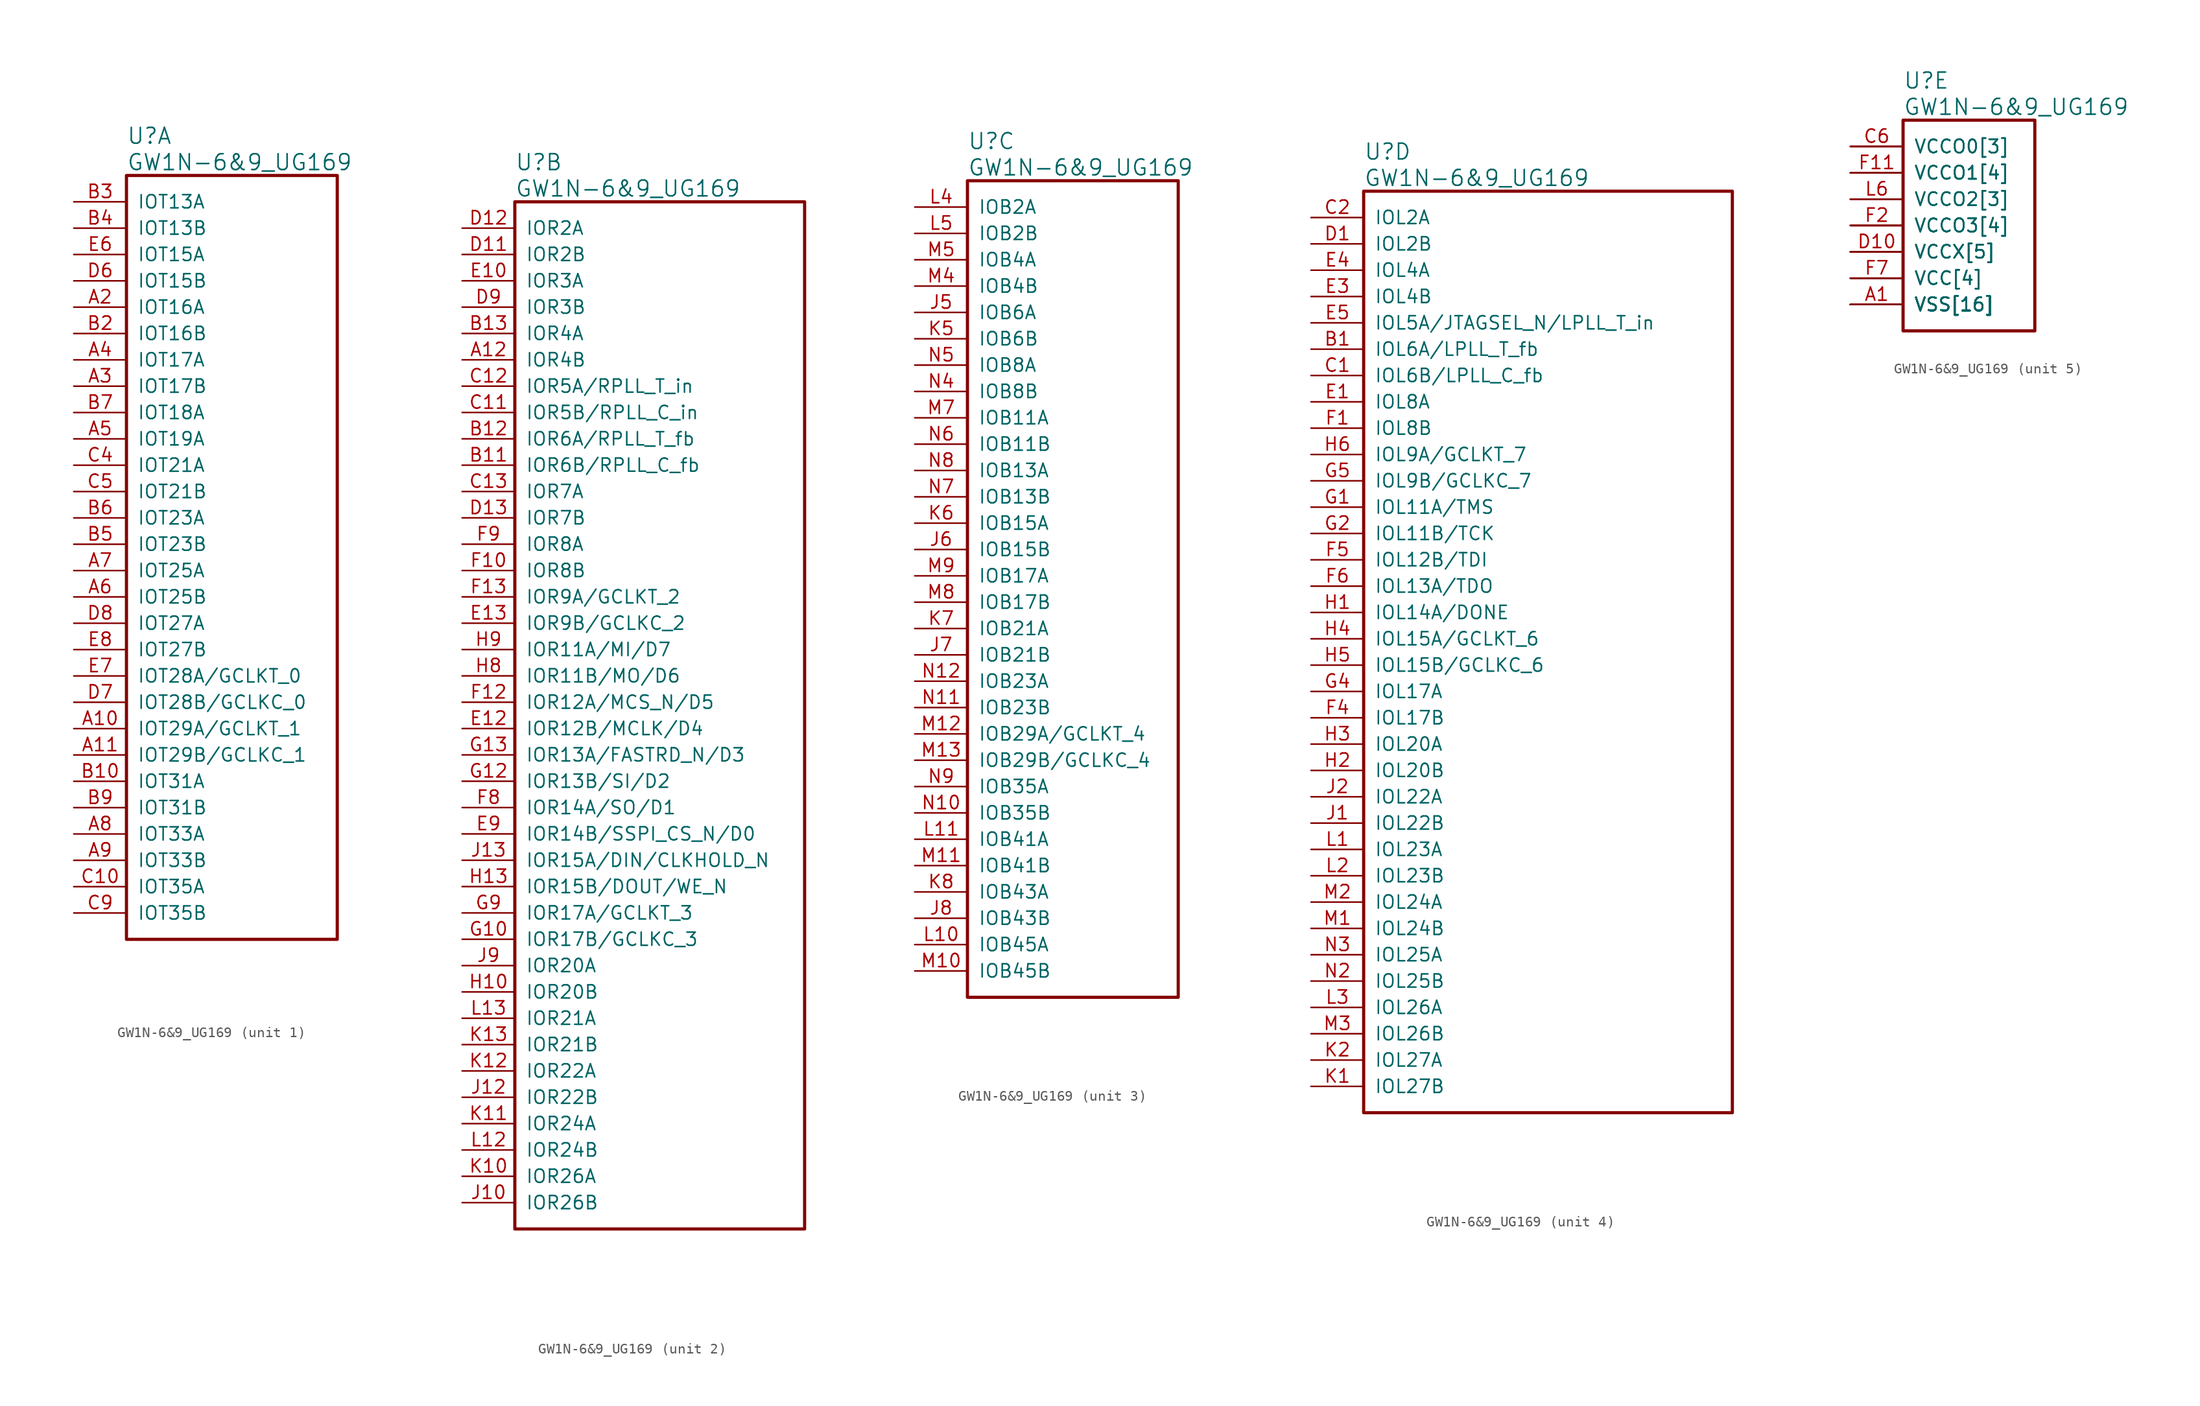
<source format=kicad_sym>
(kicad_symbol_lib
  (version 20211014)
  (generator kicad_symbol_editor)
  (symbol "GW1N-6&9_UG169"
    (pin_names
      (offset 1.016))
    (property "Reference" "U"
      (at 5.08 6.35 0)
      (effects (font (size 1.524 1.524)) (justify left)))
    (property "Value" "GW1N-6&9_UG169"
      (at 5.08 3.81 0)
      (effects (font (size 1.524 1.524)) (justify left)))
    (property "ki_locked" ""
      (at 0 0 0)
      (effects (font (size 1.27 1.27))))
    (symbol "GW1N-6&9_UG169_1_1"
      (rectangle (start 5.08 2.54) (end 25.4 -71.12) (stroke (width 0.305) (type default) (color 0 0 0 0)) (fill (type none)))
      (pin bidirectional line (at 0 -50.8 0) (length 5.08) (name "IOT29A/GCLKT_1" (effects (font (size 1.27 1.27)))) (number "A10" (effects (font (size 1.27 1.27)))))
      (pin bidirectional line (at 0 -53.34 0) (length 5.08) (name "IOT29B/GCLKC_1" (effects (font (size 1.27 1.27)))) (number "A11" (effects (font (size 1.27 1.27)))))
      (pin bidirectional line (at 0 -10.16 0) (length 5.08) (name "IOT16A" (effects (font (size 1.27 1.27)))) (number "A2" (effects (font (size 1.27 1.27)))))
      (pin bidirectional line (at 0 -17.78 0) (length 5.08) (name "IOT17B" (effects (font (size 1.27 1.27)))) (number "A3" (effects (font (size 1.27 1.27)))))
      (pin bidirectional line (at 0 -15.24 0) (length 5.08) (name "IOT17A" (effects (font (size 1.27 1.27)))) (number "A4" (effects (font (size 1.27 1.27)))))
      (pin bidirectional line (at 0 -22.86 0) (length 5.08) (name "IOT19A" (effects (font (size 1.27 1.27)))) (number "A5" (effects (font (size 1.27 1.27)))))
      (pin bidirectional line (at 0 -38.1 0) (length 5.08) (name "IOT25B" (effects (font (size 1.27 1.27)))) (number "A6" (effects (font (size 1.27 1.27)))))
      (pin bidirectional line (at 0 -35.56 0) (length 5.08) (name "IOT25A" (effects (font (size 1.27 1.27)))) (number "A7" (effects (font (size 1.27 1.27)))))
      (pin bidirectional line (at 0 -60.96 0) (length 5.08) (name "IOT33A" (effects (font (size 1.27 1.27)))) (number "A8" (effects (font (size 1.27 1.27)))))
      (pin bidirectional line (at 0 -63.5 0) (length 5.08) (name "IOT33B" (effects (font (size 1.27 1.27)))) (number "A9" (effects (font (size 1.27 1.27)))))
      (pin bidirectional line (at 0 -55.88 0) (length 5.08) (name "IOT31A" (effects (font (size 1.27 1.27)))) (number "B10" (effects (font (size 1.27 1.27)))))
      (pin bidirectional line (at 0 -12.7 0) (length 5.08) (name "IOT16B" (effects (font (size 1.27 1.27)))) (number "B2" (effects (font (size 1.27 1.27)))))
      (pin bidirectional line (at 0 0 0) (length 5.08) (name "IOT13A" (effects (font (size 1.27 1.27)))) (number "B3" (effects (font (size 1.27 1.27)))))
      (pin bidirectional line (at 0 -2.54 0) (length 5.08) (name "IOT13B" (effects (font (size 1.27 1.27)))) (number "B4" (effects (font (size 1.27 1.27)))))
      (pin bidirectional line (at 0 -33.02 0) (length 5.08) (name "IOT23B" (effects (font (size 1.27 1.27)))) (number "B5" (effects (font (size 1.27 1.27)))))
      (pin bidirectional line (at 0 -30.48 0) (length 5.08) (name "IOT23A" (effects (font (size 1.27 1.27)))) (number "B6" (effects (font (size 1.27 1.27)))))
      (pin bidirectional line (at 0 -20.32 0) (length 5.08) (name "IOT18A" (effects (font (size 1.27 1.27)))) (number "B7" (effects (font (size 1.27 1.27)))))
      (pin bidirectional line (at 0 -58.42 0) (length 5.08) (name "IOT31B" (effects (font (size 1.27 1.27)))) (number "B9" (effects (font (size 1.27 1.27)))))
      (pin bidirectional line (at 0 -66.04 0) (length 5.08) (name "IOT35A" (effects (font (size 1.27 1.27)))) (number "C10" (effects (font (size 1.27 1.27)))))
      (pin bidirectional line (at 0 -25.4 0) (length 5.08) (name "IOT21A" (effects (font (size 1.27 1.27)))) (number "C4" (effects (font (size 1.27 1.27)))))
      (pin bidirectional line (at 0 -27.94 0) (length 5.08) (name "IOT21B" (effects (font (size 1.27 1.27)))) (number "C5" (effects (font (size 1.27 1.27)))))
      (pin bidirectional line (at 0 -68.58 0) (length 5.08) (name "IOT35B" (effects (font (size 1.27 1.27)))) (number "C9" (effects (font (size 1.27 1.27)))))
      (pin bidirectional line (at 0 -7.62 0) (length 5.08) (name "IOT15B" (effects (font (size 1.27 1.27)))) (number "D6" (effects (font (size 1.27 1.27)))))
      (pin bidirectional line (at 0 -48.26 0) (length 5.08) (name "IOT28B/GCLKC_0" (effects (font (size 1.27 1.27)))) (number "D7" (effects (font (size 1.27 1.27)))))
      (pin bidirectional line (at 0 -40.64 0) (length 5.08) (name "IOT27A" (effects (font (size 1.27 1.27)))) (number "D8" (effects (font (size 1.27 1.27)))))
      (pin bidirectional line (at 0 -5.08 0) (length 5.08) (name "IOT15A" (effects (font (size 1.27 1.27)))) (number "E6" (effects (font (size 1.27 1.27)))))
      (pin bidirectional line (at 0 -45.72 0) (length 5.08) (name "IOT28A/GCLKT_0" (effects (font (size 1.27 1.27)))) (number "E7" (effects (font (size 1.27 1.27)))))
      (pin bidirectional line (at 0 -43.18 0) (length 5.08) (name "IOT27B" (effects (font (size 1.27 1.27)))) (number "E8" (effects (font (size 1.27 1.27))))))
    (symbol "GW1N-6&9_UG169_2_1"
      (rectangle (start 5.08 2.54) (end 33.02 -96.52) (stroke (width 0.305) (type default) (color 0 0 0 0)) (fill (type none)))
      (pin bidirectional line (at 0 -12.7 0) (length 5.08) (name "IOR4B" (effects (font (size 1.27 1.27)))) (number "A12" (effects (font (size 1.27 1.27)))))
      (pin bidirectional line (at 0 -22.86 0) (length 5.08) (name "IOR6B/RPLL_C_fb" (effects (font (size 1.27 1.27)))) (number "B11" (effects (font (size 1.27 1.27)))))
      (pin bidirectional line (at 0 -20.32 0) (length 5.08) (name "IOR6A/RPLL_T_fb" (effects (font (size 1.27 1.27)))) (number "B12" (effects (font (size 1.27 1.27)))))
      (pin bidirectional line (at 0 -10.16 0) (length 5.08) (name "IOR4A" (effects (font (size 1.27 1.27)))) (number "B13" (effects (font (size 1.27 1.27)))))
      (pin bidirectional line (at 0 -17.78 0) (length 5.08) (name "IOR5B/RPLL_C_in" (effects (font (size 1.27 1.27)))) (number "C11" (effects (font (size 1.27 1.27)))))
      (pin bidirectional line (at 0 -15.24 0) (length 5.08) (name "IOR5A/RPLL_T_in" (effects (font (size 1.27 1.27)))) (number "C12" (effects (font (size 1.27 1.27)))))
      (pin bidirectional line (at 0 -25.4 0) (length 5.08) (name "IOR7A" (effects (font (size 1.27 1.27)))) (number "C13" (effects (font (size 1.27 1.27)))))
      (pin bidirectional line (at 0 -2.54 0) (length 5.08) (name "IOR2B" (effects (font (size 1.27 1.27)))) (number "D11" (effects (font (size 1.27 1.27)))))
      (pin bidirectional line (at 0 0 0) (length 5.08) (name "IOR2A" (effects (font (size 1.27 1.27)))) (number "D12" (effects (font (size 1.27 1.27)))))
      (pin bidirectional line (at 0 -27.94 0) (length 5.08) (name "IOR7B" (effects (font (size 1.27 1.27)))) (number "D13" (effects (font (size 1.27 1.27)))))
      (pin bidirectional line (at 0 -7.62 0) (length 5.08) (name "IOR3B" (effects (font (size 1.27 1.27)))) (number "D9" (effects (font (size 1.27 1.27)))))
      (pin bidirectional line (at 0 -5.08 0) (length 5.08) (name "IOR3A" (effects (font (size 1.27 1.27)))) (number "E10" (effects (font (size 1.27 1.27)))))
      (pin bidirectional line (at 0 -48.26 0) (length 5.08) (name "IOR12B/MCLK/D4" (effects (font (size 1.27 1.27)))) (number "E12" (effects (font (size 1.27 1.27)))))
      (pin bidirectional line (at 0 -38.1 0) (length 5.08) (name "IOR9B/GCLKC_2" (effects (font (size 1.27 1.27)))) (number "E13" (effects (font (size 1.27 1.27)))))
      (pin bidirectional line (at 0 -58.42 0) (length 5.08) (name "IOR14B/SSPI_CS_N/D0" (effects (font (size 1.27 1.27)))) (number "E9" (effects (font (size 1.27 1.27)))))
      (pin bidirectional line (at 0 -33.02 0) (length 5.08) (name "IOR8B" (effects (font (size 1.27 1.27)))) (number "F10" (effects (font (size 1.27 1.27)))))
      (pin bidirectional line (at 0 -45.72 0) (length 5.08) (name "IOR12A/MCS_N/D5" (effects (font (size 1.27 1.27)))) (number "F12" (effects (font (size 1.27 1.27)))))
      (pin bidirectional line (at 0 -35.56 0) (length 5.08) (name "IOR9A/GCLKT_2" (effects (font (size 1.27 1.27)))) (number "F13" (effects (font (size 1.27 1.27)))))
      (pin bidirectional line (at 0 -55.88 0) (length 5.08) (name "IOR14A/SO/D1" (effects (font (size 1.27 1.27)))) (number "F8" (effects (font (size 1.27 1.27)))))
      (pin bidirectional line (at 0 -30.48 0) (length 5.08) (name "IOR8A" (effects (font (size 1.27 1.27)))) (number "F9" (effects (font (size 1.27 1.27)))))
      (pin bidirectional line (at 0 -68.58 0) (length 5.08) (name "IOR17B/GCLKC_3" (effects (font (size 1.27 1.27)))) (number "G10" (effects (font (size 1.27 1.27)))))
      (pin bidirectional line (at 0 -53.34 0) (length 5.08) (name "IOR13B/SI/D2" (effects (font (size 1.27 1.27)))) (number "G12" (effects (font (size 1.27 1.27)))))
      (pin bidirectional line (at 0 -50.8 0) (length 5.08) (name "IOR13A/FASTRD_N/D3" (effects (font (size 1.27 1.27)))) (number "G13" (effects (font (size 1.27 1.27)))))
      (pin bidirectional line (at 0 -66.04 0) (length 5.08) (name "IOR17A/GCLKT_3" (effects (font (size 1.27 1.27)))) (number "G9" (effects (font (size 1.27 1.27)))))
      (pin bidirectional line (at 0 -73.66 0) (length 5.08) (name "IOR20B" (effects (font (size 1.27 1.27)))) (number "H10" (effects (font (size 1.27 1.27)))))
      (pin bidirectional line (at 0 -63.5 0) (length 5.08) (name "IOR15B/DOUT/WE_N" (effects (font (size 1.27 1.27)))) (number "H13" (effects (font (size 1.27 1.27)))))
      (pin bidirectional line (at 0 -43.18 0) (length 5.08) (name "IOR11B/MO/D6" (effects (font (size 1.27 1.27)))) (number "H8" (effects (font (size 1.27 1.27)))))
      (pin bidirectional line (at 0 -40.64 0) (length 5.08) (name "IOR11A/MI/D7" (effects (font (size 1.27 1.27)))) (number "H9" (effects (font (size 1.27 1.27)))))
      (pin bidirectional line (at 0 -93.98 0) (length 5.08) (name "IOR26B" (effects (font (size 1.27 1.27)))) (number "J10" (effects (font (size 1.27 1.27)))))
      (pin bidirectional line (at 0 -83.82 0) (length 5.08) (name "IOR22B" (effects (font (size 1.27 1.27)))) (number "J12" (effects (font (size 1.27 1.27)))))
      (pin bidirectional line (at 0 -60.96 0) (length 5.08) (name "IOR15A/DIN/CLKHOLD_N" (effects (font (size 1.27 1.27)))) (number "J13" (effects (font (size 1.27 1.27)))))
      (pin bidirectional line (at 0 -71.12 0) (length 5.08) (name "IOR20A" (effects (font (size 1.27 1.27)))) (number "J9" (effects (font (size 1.27 1.27)))))
      (pin bidirectional line (at 0 -91.44 0) (length 5.08) (name "IOR26A" (effects (font (size 1.27 1.27)))) (number "K10" (effects (font (size 1.27 1.27)))))
      (pin bidirectional line (at 0 -86.36 0) (length 5.08) (name "IOR24A" (effects (font (size 1.27 1.27)))) (number "K11" (effects (font (size 1.27 1.27)))))
      (pin bidirectional line (at 0 -81.28 0) (length 5.08) (name "IOR22A" (effects (font (size 1.27 1.27)))) (number "K12" (effects (font (size 1.27 1.27)))))
      (pin bidirectional line (at 0 -78.74 0) (length 5.08) (name "IOR21B" (effects (font (size 1.27 1.27)))) (number "K13" (effects (font (size 1.27 1.27)))))
      (pin bidirectional line (at 0 -88.9 0) (length 5.08) (name "IOR24B" (effects (font (size 1.27 1.27)))) (number "L12" (effects (font (size 1.27 1.27)))))
      (pin bidirectional line (at 0 -76.2 0) (length 5.08) (name "IOR21A" (effects (font (size 1.27 1.27)))) (number "L13" (effects (font (size 1.27 1.27))))))
    (symbol "GW1N-6&9_UG169_3_1"
      (rectangle (start 5.08 2.54) (end 25.4 -76.2) (stroke (width 0.305) (type default) (color 0 0 0 0)) (fill (type none)))
      (pin bidirectional line (at 0 -10.16 0) (length 5.08) (name "IOB6A" (effects (font (size 1.27 1.27)))) (number "J5" (effects (font (size 1.27 1.27)))))
      (pin bidirectional line (at 0 -33.02 0) (length 5.08) (name "IOB15B" (effects (font (size 1.27 1.27)))) (number "J6" (effects (font (size 1.27 1.27)))))
      (pin bidirectional line (at 0 -43.18 0) (length 5.08) (name "IOB21B" (effects (font (size 1.27 1.27)))) (number "J7" (effects (font (size 1.27 1.27)))))
      (pin bidirectional line (at 0 -68.58 0) (length 5.08) (name "IOB43B" (effects (font (size 1.27 1.27)))) (number "J8" (effects (font (size 1.27 1.27)))))
      (pin bidirectional line (at 0 -12.7 0) (length 5.08) (name "IOB6B" (effects (font (size 1.27 1.27)))) (number "K5" (effects (font (size 1.27 1.27)))))
      (pin bidirectional line (at 0 -30.48 0) (length 5.08) (name "IOB15A" (effects (font (size 1.27 1.27)))) (number "K6" (effects (font (size 1.27 1.27)))))
      (pin bidirectional line (at 0 -40.64 0) (length 5.08) (name "IOB21A" (effects (font (size 1.27 1.27)))) (number "K7" (effects (font (size 1.27 1.27)))))
      (pin bidirectional line (at 0 -66.04 0) (length 5.08) (name "IOB43A" (effects (font (size 1.27 1.27)))) (number "K8" (effects (font (size 1.27 1.27)))))
      (pin bidirectional line (at 0 -71.12 0) (length 5.08) (name "IOB45A" (effects (font (size 1.27 1.27)))) (number "L10" (effects (font (size 1.27 1.27)))))
      (pin bidirectional line (at 0 -60.96 0) (length 5.08) (name "IOB41A" (effects (font (size 1.27 1.27)))) (number "L11" (effects (font (size 1.27 1.27)))))
      (pin bidirectional line (at 0 0 0) (length 5.08) (name "IOB2A" (effects (font (size 1.27 1.27)))) (number "L4" (effects (font (size 1.27 1.27)))))
      (pin bidirectional line (at 0 -2.54 0) (length 5.08) (name "IOB2B" (effects (font (size 1.27 1.27)))) (number "L5" (effects (font (size 1.27 1.27)))))
      (pin bidirectional line (at 0 -73.66 0) (length 5.08) (name "IOB45B" (effects (font (size 1.27 1.27)))) (number "M10" (effects (font (size 1.27 1.27)))))
      (pin bidirectional line (at 0 -63.5 0) (length 5.08) (name "IOB41B" (effects (font (size 1.27 1.27)))) (number "M11" (effects (font (size 1.27 1.27)))))
      (pin bidirectional line (at 0 -50.8 0) (length 5.08) (name "IOB29A/GCLKT_4" (effects (font (size 1.27 1.27)))) (number "M12" (effects (font (size 1.27 1.27)))))
      (pin bidirectional line (at 0 -53.34 0) (length 5.08) (name "IOB29B/GCLKC_4" (effects (font (size 1.27 1.27)))) (number "M13" (effects (font (size 1.27 1.27)))))
      (pin bidirectional line (at 0 -7.62 0) (length 5.08) (name "IOB4B" (effects (font (size 1.27 1.27)))) (number "M4" (effects (font (size 1.27 1.27)))))
      (pin bidirectional line (at 0 -5.08 0) (length 5.08) (name "IOB4A" (effects (font (size 1.27 1.27)))) (number "M5" (effects (font (size 1.27 1.27)))))
      (pin bidirectional line (at 0 -20.32 0) (length 5.08) (name "IOB11A" (effects (font (size 1.27 1.27)))) (number "M7" (effects (font (size 1.27 1.27)))))
      (pin bidirectional line (at 0 -38.1 0) (length 5.08) (name "IOB17B" (effects (font (size 1.27 1.27)))) (number "M8" (effects (font (size 1.27 1.27)))))
      (pin bidirectional line (at 0 -35.56 0) (length 5.08) (name "IOB17A" (effects (font (size 1.27 1.27)))) (number "M9" (effects (font (size 1.27 1.27)))))
      (pin bidirectional line (at 0 -58.42 0) (length 5.08) (name "IOB35B" (effects (font (size 1.27 1.27)))) (number "N10" (effects (font (size 1.27 1.27)))))
      (pin bidirectional line (at 0 -48.26 0) (length 5.08) (name "IOB23B" (effects (font (size 1.27 1.27)))) (number "N11" (effects (font (size 1.27 1.27)))))
      (pin bidirectional line (at 0 -45.72 0) (length 5.08) (name "IOB23A" (effects (font (size 1.27 1.27)))) (number "N12" (effects (font (size 1.27 1.27)))))
      (pin bidirectional line (at 0 -17.78 0) (length 5.08) (name "IOB8B" (effects (font (size 1.27 1.27)))) (number "N4" (effects (font (size 1.27 1.27)))))
      (pin bidirectional line (at 0 -15.24 0) (length 5.08) (name "IOB8A" (effects (font (size 1.27 1.27)))) (number "N5" (effects (font (size 1.27 1.27)))))
      (pin bidirectional line (at 0 -22.86 0) (length 5.08) (name "IOB11B" (effects (font (size 1.27 1.27)))) (number "N6" (effects (font (size 1.27 1.27)))))
      (pin bidirectional line (at 0 -27.94 0) (length 5.08) (name "IOB13B" (effects (font (size 1.27 1.27)))) (number "N7" (effects (font (size 1.27 1.27)))))
      (pin bidirectional line (at 0 -25.4 0) (length 5.08) (name "IOB13A" (effects (font (size 1.27 1.27)))) (number "N8" (effects (font (size 1.27 1.27)))))
      (pin bidirectional line (at 0 -55.88 0) (length 5.08) (name "IOB35A" (effects (font (size 1.27 1.27)))) (number "N9" (effects (font (size 1.27 1.27))))))
    (symbol "GW1N-6&9_UG169_4_1"
      (rectangle (start 5.08 2.54) (end 40.64 -86.36) (stroke (width 0.305) (type default) (color 0 0 0 0)) (fill (type none)))
      (pin bidirectional line (at 0 -12.7 0) (length 5.08) (name "IOL6A/LPLL_T_fb" (effects (font (size 1.27 1.27)))) (number "B1" (effects (font (size 1.27 1.27)))))
      (pin bidirectional line (at 0 -15.24 0) (length 5.08) (name "IOL6B/LPLL_C_fb" (effects (font (size 1.27 1.27)))) (number "C1" (effects (font (size 1.27 1.27)))))
      (pin bidirectional line (at 0 0 0) (length 5.08) (name "IOL2A" (effects (font (size 1.27 1.27)))) (number "C2" (effects (font (size 1.27 1.27)))))
      (pin bidirectional line (at 0 -2.54 0) (length 5.08) (name "IOL2B" (effects (font (size 1.27 1.27)))) (number "D1" (effects (font (size 1.27 1.27)))))
      (pin bidirectional line (at 0 -17.78 0) (length 5.08) (name "IOL8A" (effects (font (size 1.27 1.27)))) (number "E1" (effects (font (size 1.27 1.27)))))
      (pin bidirectional line (at 0 -7.62 0) (length 5.08) (name "IOL4B" (effects (font (size 1.27 1.27)))) (number "E3" (effects (font (size 1.27 1.27)))))
      (pin bidirectional line (at 0 -5.08 0) (length 5.08) (name "IOL4A" (effects (font (size 1.27 1.27)))) (number "E4" (effects (font (size 1.27 1.27)))))
      (pin bidirectional line (at 0 -10.16 0) (length 5.08) (name "IOL5A/JTAGSEL_N/LPLL_T_in" (effects (font (size 1.27 1.27)))) (number "E5" (effects (font (size 1.27 1.27)))))
      (pin bidirectional line (at 0 -20.32 0) (length 5.08) (name "IOL8B" (effects (font (size 1.27 1.27)))) (number "F1" (effects (font (size 1.27 1.27)))))
      (pin bidirectional line (at 0 -48.26 0) (length 5.08) (name "IOL17B" (effects (font (size 1.27 1.27)))) (number "F4" (effects (font (size 1.27 1.27)))))
      (pin bidirectional line (at 0 -33.02 0) (length 5.08) (name "IOL12B/TDI" (effects (font (size 1.27 1.27)))) (number "F5" (effects (font (size 1.27 1.27)))))
      (pin bidirectional line (at 0 -35.56 0) (length 5.08) (name "IOL13A/TDO" (effects (font (size 1.27 1.27)))) (number "F6" (effects (font (size 1.27 1.27)))))
      (pin bidirectional line (at 0 -27.94 0) (length 5.08) (name "IOL11A/TMS" (effects (font (size 1.27 1.27)))) (number "G1" (effects (font (size 1.27 1.27)))))
      (pin bidirectional line (at 0 -30.48 0) (length 5.08) (name "IOL11B/TCK" (effects (font (size 1.27 1.27)))) (number "G2" (effects (font (size 1.27 1.27)))))
      (pin bidirectional line (at 0 -45.72 0) (length 5.08) (name "IOL17A" (effects (font (size 1.27 1.27)))) (number "G4" (effects (font (size 1.27 1.27)))))
      (pin bidirectional line (at 0 -25.4 0) (length 5.08) (name "IOL9B/GCLKC_7" (effects (font (size 1.27 1.27)))) (number "G5" (effects (font (size 1.27 1.27)))))
      (pin bidirectional line (at 0 -38.1 0) (length 5.08) (name "IOL14A/DONE" (effects (font (size 1.27 1.27)))) (number "H1" (effects (font (size 1.27 1.27)))))
      (pin bidirectional line (at 0 -53.34 0) (length 5.08) (name "IOL20B" (effects (font (size 1.27 1.27)))) (number "H2" (effects (font (size 1.27 1.27)))))
      (pin bidirectional line (at 0 -50.8 0) (length 5.08) (name "IOL20A" (effects (font (size 1.27 1.27)))) (number "H3" (effects (font (size 1.27 1.27)))))
      (pin bidirectional line (at 0 -40.64 0) (length 5.08) (name "IOL15A/GCLKT_6" (effects (font (size 1.27 1.27)))) (number "H4" (effects (font (size 1.27 1.27)))))
      (pin bidirectional line (at 0 -43.18 0) (length 5.08) (name "IOL15B/GCLKC_6" (effects (font (size 1.27 1.27)))) (number "H5" (effects (font (size 1.27 1.27)))))
      (pin bidirectional line (at 0 -22.86 0) (length 5.08) (name "IOL9A/GCLKT_7" (effects (font (size 1.27 1.27)))) (number "H6" (effects (font (size 1.27 1.27)))))
      (pin bidirectional line (at 0 -58.42 0) (length 5.08) (name "IOL22B" (effects (font (size 1.27 1.27)))) (number "J1" (effects (font (size 1.27 1.27)))))
      (pin bidirectional line (at 0 -55.88 0) (length 5.08) (name "IOL22A" (effects (font (size 1.27 1.27)))) (number "J2" (effects (font (size 1.27 1.27)))))
      (pin bidirectional line (at 0 -83.82 0) (length 5.08) (name "IOL27B" (effects (font (size 1.27 1.27)))) (number "K1" (effects (font (size 1.27 1.27)))))
      (pin bidirectional line (at 0 -81.28 0) (length 5.08) (name "IOL27A" (effects (font (size 1.27 1.27)))) (number "K2" (effects (font (size 1.27 1.27)))))
      (pin bidirectional line (at 0 -60.96 0) (length 5.08) (name "IOL23A" (effects (font (size 1.27 1.27)))) (number "L1" (effects (font (size 1.27 1.27)))))
      (pin bidirectional line (at 0 -63.5 0) (length 5.08) (name "IOL23B" (effects (font (size 1.27 1.27)))) (number "L2" (effects (font (size 1.27 1.27)))))
      (pin bidirectional line (at 0 -76.2 0) (length 5.08) (name "IOL26A" (effects (font (size 1.27 1.27)))) (number "L3" (effects (font (size 1.27 1.27)))))
      (pin bidirectional line (at 0 -68.58 0) (length 5.08) (name "IOL24B" (effects (font (size 1.27 1.27)))) (number "M1" (effects (font (size 1.27 1.27)))))
      (pin bidirectional line (at 0 -66.04 0) (length 5.08) (name "IOL24A" (effects (font (size 1.27 1.27)))) (number "M2" (effects (font (size 1.27 1.27)))))
      (pin bidirectional line (at 0 -78.74 0) (length 5.08) (name "IOL26B" (effects (font (size 1.27 1.27)))) (number "M3" (effects (font (size 1.27 1.27)))))
      (pin bidirectional line (at 0 -73.66 0) (length 5.08) (name "IOL25B" (effects (font (size 1.27 1.27)))) (number "N2" (effects (font (size 1.27 1.27)))))
      (pin bidirectional line (at 0 -71.12 0) (length 5.08) (name "IOL25A" (effects (font (size 1.27 1.27)))) (number "N3" (effects (font (size 1.27 1.27))))))
    (symbol "GW1N-6&9_UG169_5_1"
      (rectangle (start 5.08 2.54) (end 17.78 -17.78) (stroke (width 0.305) (type default) (color 0 0 0 0)) (fill (type none)))
      (pin power_in line (at 0 -15.24 0) (length 5.08) (name "VSS[16]" (effects (font (size 1.27 1.27)))) (number "A1" (effects (font (size 1.27 1.27)))))
      (pin power_in line (at 0 -15.24 0) (length 5.08) (name "VSS[16]" (effects (font (size 1.27 1.27)))) (number "A13" (effects (font (size 0 0)))))
      (pin power_in line (at 0 -15.24 0) (length 5.08) (name "VSS[16]" (effects (font (size 1.27 1.27)))) (number "B8" (effects (font (size 0 0)))))
      (pin power_in line (at 0 -15.24 0) (length 5.08) (name "VSS[16]" (effects (font (size 1.27 1.27)))) (number "C3" (effects (font (size 0 0)))))
      (pin power_in line (at 0 0 0) (length 5.08) (name "VCCO0[3]" (effects (font (size 1.27 1.27)))) (number "C6" (effects (font (size 1.27 1.27)))))
      (pin power_in line (at 0 0 0) (length 5.08) (name "VCCO0[3]" (effects (font (size 1.27 1.27)))) (number "C7" (effects (font (size 0 0)))))
      (pin power_in line (at 0 0 0) (length 5.08) (name "VCCO0[3]" (effects (font (size 1.27 1.27)))) (number "C8" (effects (font (size 0 0)))))
      (pin power_in line (at 0 -10.16 0) (length 5.08) (name "VCCX[5]" (effects (font (size 1.27 1.27)))) (number "D10" (effects (font (size 1.27 1.27)))))
      (pin power_in line (at 0 -15.24 0) (length 5.08) (name "VSS[16]" (effects (font (size 1.27 1.27)))) (number "D2" (effects (font (size 0 0)))))
      (pin power_in line (at 0 -10.16 0) (length 5.08) (name "VCCX[5]" (effects (font (size 1.27 1.27)))) (number "D3" (effects (font (size 0 0)))))
      (pin power_in line (at 0 -10.16 0) (length 5.08) (name "VCCX[5]" (effects (font (size 1.27 1.27)))) (number "D4" (effects (font (size 0 0)))))
      (pin power_in line (at 0 -15.24 0) (length 5.08) (name "VSS[16]" (effects (font (size 1.27 1.27)))) (number "D5" (effects (font (size 0 0)))))
      (pin power_in line (at 0 -15.24 0) (length 5.08) (name "VSS[16]" (effects (font (size 1.27 1.27)))) (number "E11" (effects (font (size 0 0)))))
      (pin power_in line (at 0 -15.24 0) (length 5.08) (name "VSS[16]" (effects (font (size 1.27 1.27)))) (number "E2" (effects (font (size 0 0)))))
      (pin power_in line (at 0 -2.54 0) (length 5.08) (name "VCCO1[4]" (effects (font (size 1.27 1.27)))) (number "F11" (effects (font (size 1.27 1.27)))))
      (pin power_in line (at 0 -7.62 0) (length 5.08) (name "VCCO3[4]" (effects (font (size 1.27 1.27)))) (number "F2" (effects (font (size 1.27 1.27)))))
      (pin power_in line (at 0 -15.24 0) (length 5.08) (name "VSS[16]" (effects (font (size 1.27 1.27)))) (number "F3" (effects (font (size 0 0)))))
      (pin power_in line (at 0 -12.7 0) (length 5.08) (name "VCC[4]" (effects (font (size 1.27 1.27)))) (number "F7" (effects (font (size 1.27 1.27)))))
      (pin power_in line (at 0 -2.54 0) (length 5.08) (name "VCCO1[4]" (effects (font (size 1.27 1.27)))) (number "G11" (effects (font (size 0 0)))))
      (pin power_in line (at 0 -7.62 0) (length 5.08) (name "VCCO3[4]" (effects (font (size 1.27 1.27)))) (number "G3" (effects (font (size 0 0)))))
      (pin power_in line (at 0 -12.7 0) (length 5.08) (name "VCC[4]" (effects (font (size 1.27 1.27)))) (number "G6" (effects (font (size 0 0)))))
      (pin power_in line (at 0 -15.24 0) (length 5.08) (name "VSS[16]" (effects (font (size 1.27 1.27)))) (number "G7" (effects (font (size 0 0)))))
      (pin power_in line (at 0 -12.7 0) (length 5.08) (name "VCC[4]" (effects (font (size 1.27 1.27)))) (number "G8" (effects (font (size 0 0)))))
      (pin power_in line (at 0 -2.54 0) (length 5.08) (name "VCCO1[4]" (effects (font (size 1.27 1.27)))) (number "H11" (effects (font (size 0 0)))))
      (pin power_in line (at 0 -15.24 0) (length 5.08) (name "VSS[16]" (effects (font (size 1.27 1.27)))) (number "H12" (effects (font (size 0 0)))))
      (pin power_in line (at 0 -12.7 0) (length 5.08) (name "VCC[4]" (effects (font (size 1.27 1.27)))) (number "H7" (effects (font (size 0 0)))))
      (pin power_in line (at 0 -2.54 0) (length 5.08) (name "VCCO1[4]" (effects (font (size 1.27 1.27)))) (number "J11" (effects (font (size 0 0)))))
      (pin power_in line (at 0 -7.62 0) (length 5.08) (name "VCCO3[4]" (effects (font (size 1.27 1.27)))) (number "J3" (effects (font (size 0 0)))))
      (pin power_in line (at 0 -15.24 0) (length 5.08) (name "VSS[16]" (effects (font (size 1.27 1.27)))) (number "J4" (effects (font (size 0 0)))))
      (pin power_in line (at 0 -7.62 0) (length 5.08) (name "VCCO3[4]" (effects (font (size 1.27 1.27)))) (number "K3" (effects (font (size 0 0)))))
      (pin power_in line (at 0 -10.16 0) (length 5.08) (name "VCCX[5]" (effects (font (size 1.27 1.27)))) (number "K4" (effects (font (size 0 0)))))
      (pin power_in line (at 0 -10.16 0) (length 5.08) (name "VCCX[5]" (effects (font (size 1.27 1.27)))) (number "K9" (effects (font (size 0 0)))))
      (pin power_in line (at 0 -5.08 0) (length 5.08) (name "VCCO2[3]" (effects (font (size 1.27 1.27)))) (number "L6" (effects (font (size 1.27 1.27)))))
      (pin power_in line (at 0 -5.08 0) (length 5.08) (name "VCCO2[3]" (effects (font (size 1.27 1.27)))) (number "L7" (effects (font (size 0 0)))))
      (pin power_in line (at 0 -5.08 0) (length 5.08) (name "VCCO2[3]" (effects (font (size 1.27 1.27)))) (number "L8" (effects (font (size 0 0)))))
      (pin power_in line (at 0 -15.24 0) (length 5.08) (name "VSS[16]" (effects (font (size 1.27 1.27)))) (number "L9" (effects (font (size 0 0)))))
      (pin power_in line (at 0 -15.24 0) (length 5.08) (name "VSS[16]" (effects (font (size 1.27 1.27)))) (number "M6" (effects (font (size 0 0)))))
      (pin power_in line (at 0 -15.24 0) (length 5.08) (name "VSS[16]" (effects (font (size 1.27 1.27)))) (number "N1" (effects (font (size 0 0)))))
      (pin power_in line (at 0 -15.24 0) (length 5.08) (name "VSS[16]" (effects (font (size 1.27 1.27)))) (number "N13" (effects (font (size 0 0))))))))
</source>
